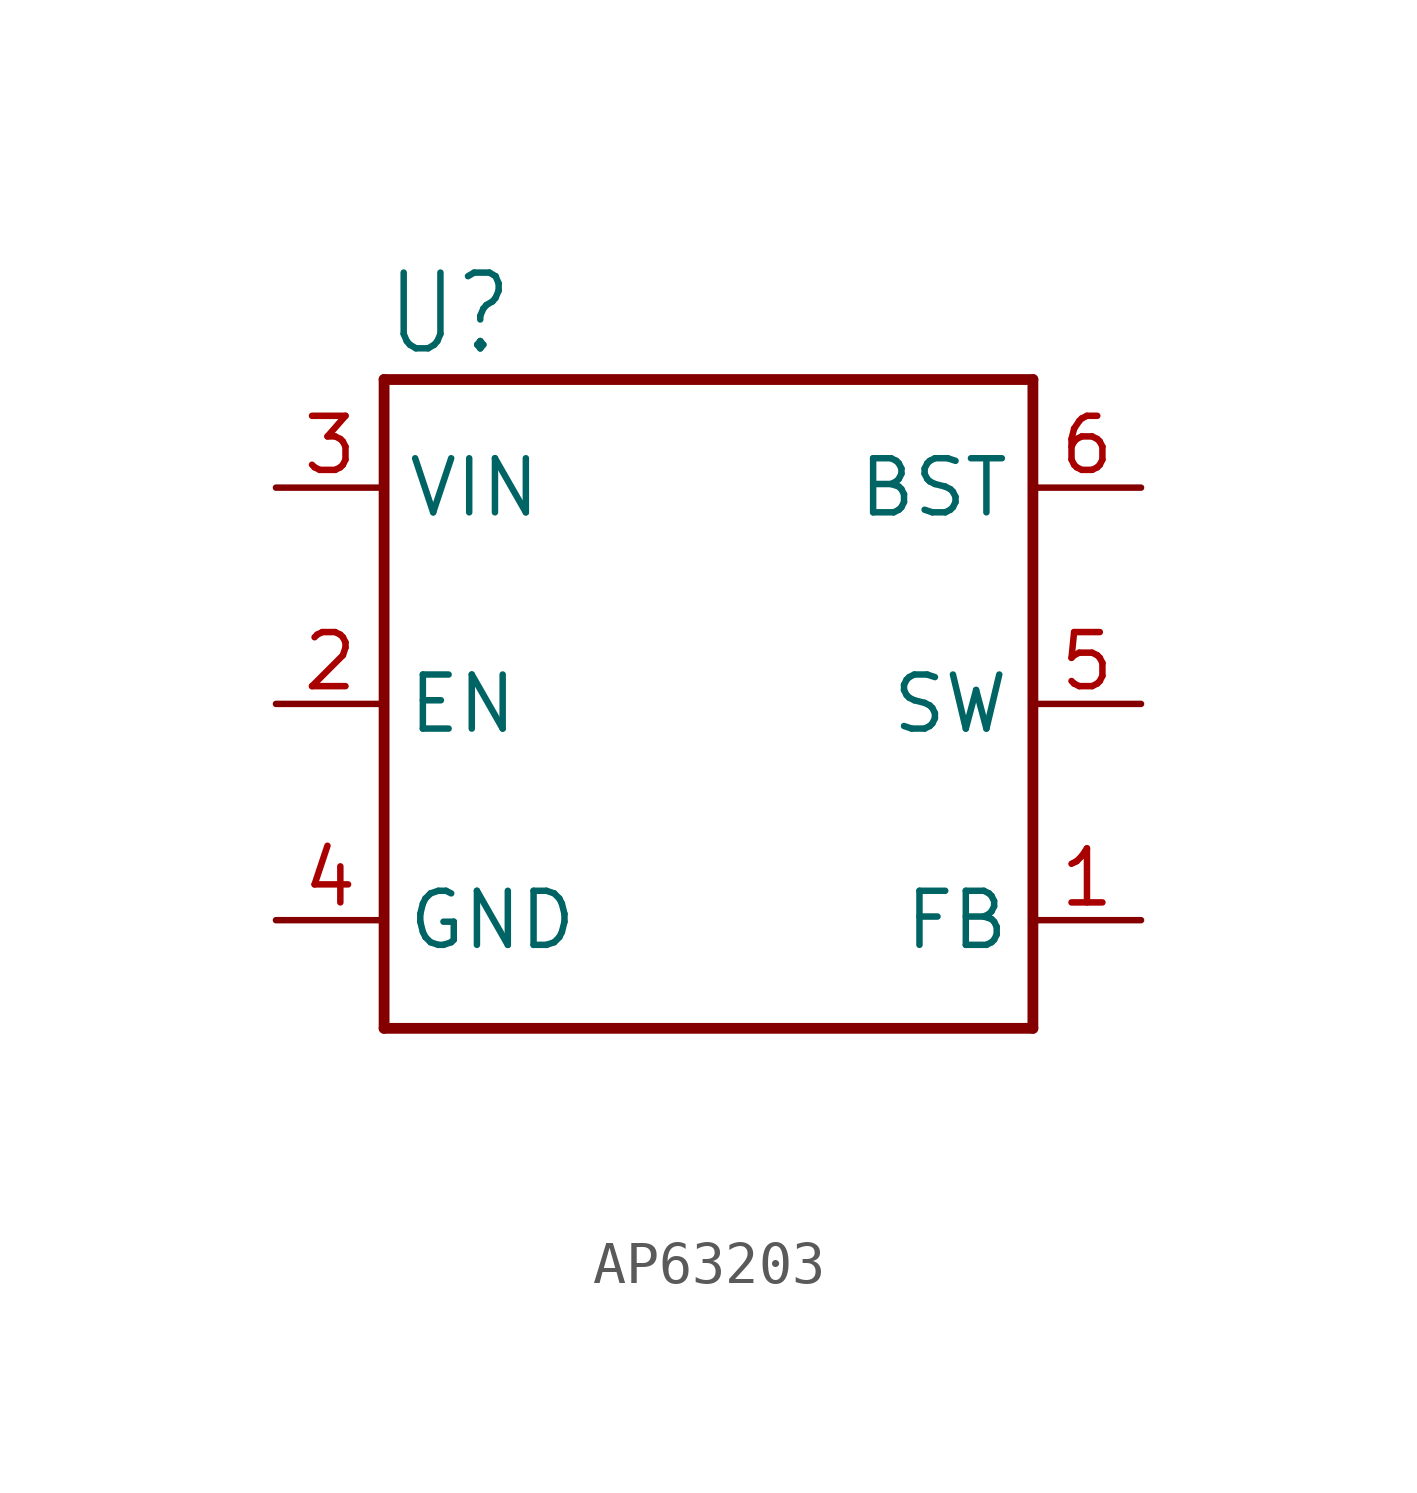
<source format=kicad_sym>
(kicad_symbol_lib
  (version 20231120)
  (generator "kicad_symbol_editor")
  (generator_version "8.0")
  (symbol "AP63203"
    (property "Reference" "U"
      (at -7.62 8.128 0)
      (effects (font (size 1.778 1.511)) (justify left bottom)))
    (property "Value" ""
      (at -7.62 -10.16 0)
      (effects (font (size 1.778 1.511)) (justify left bottom)))
    (property "ki_locked" ""
      (at 0 0 0)
      (effects (font (size 1.27 1.27))))
    (symbol "AP63203_1_0"
      (polyline (pts (xy -7.62 -7.62) (xy -7.62 7.62)) (stroke (width 0.254) (type solid)) (fill (type none)))
      (polyline (pts (xy -7.62 7.62) (xy 7.62 7.62)) (stroke (width 0.254) (type solid)) (fill (type none)))
      (polyline (pts (xy 7.62 -7.62) (xy -7.62 -7.62)) (stroke (width 0.254) (type solid)) (fill (type none)))
      (polyline (pts (xy 7.62 7.62) (xy 7.62 -7.62)) (stroke (width 0.254) (type solid)) (fill (type none)))
      (pin bidirectional line (at 10.16 -5.08 180) (length 2.54) (name "FB" (effects (font (size 1.27 1.27)))) (number "1" (effects (font (size 1.27 1.27)))))
      (pin bidirectional line (at -10.16 0 0) (length 2.54) (name "EN" (effects (font (size 1.27 1.27)))) (number "2" (effects (font (size 1.27 1.27)))))
      (pin bidirectional line (at -10.16 5.08 0) (length 2.54) (name "VIN" (effects (font (size 1.27 1.27)))) (number "3" (effects (font (size 1.27 1.27)))))
      (pin bidirectional line (at -10.16 -5.08 0) (length 2.54) (name "GND" (effects (font (size 1.27 1.27)))) (number "4" (effects (font (size 1.27 1.27)))))
      (pin bidirectional line (at 10.16 0 180) (length 2.54) (name "SW" (effects (font (size 1.27 1.27)))) (number "5" (effects (font (size 1.27 1.27)))))
      (pin bidirectional line (at 10.16 5.08 180) (length 2.54) (name "BST" (effects (font (size 1.27 1.27)))) (number "6" (effects (font (size 1.27 1.27))))))))
</source>
